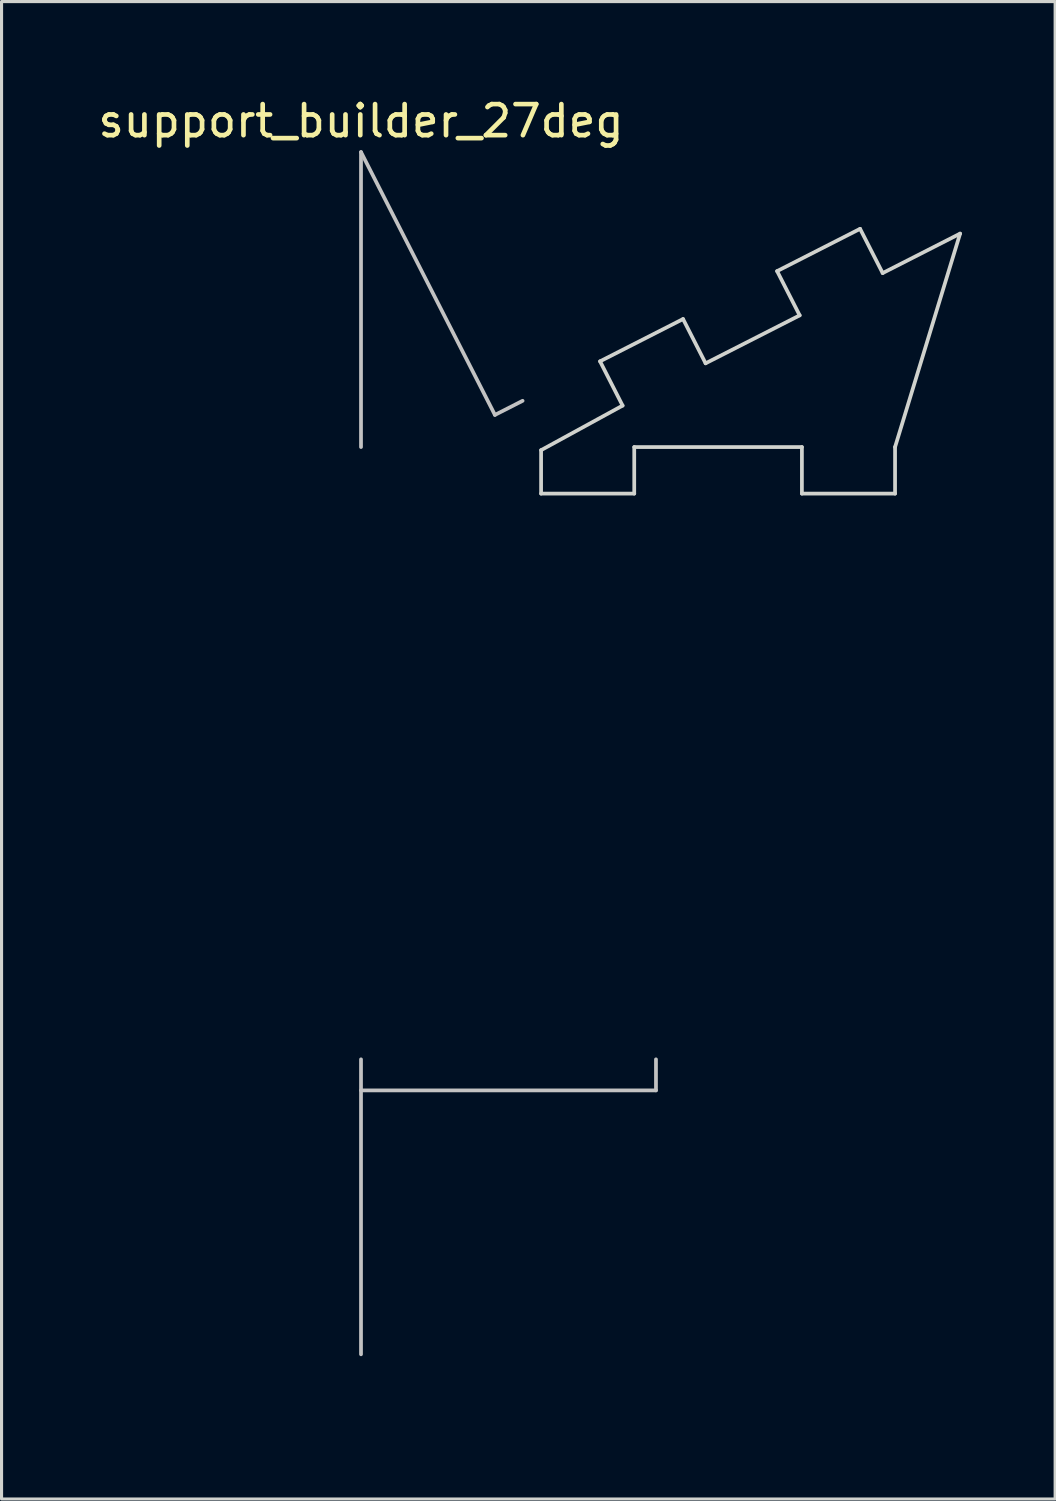
<source format=kicad_pcb>
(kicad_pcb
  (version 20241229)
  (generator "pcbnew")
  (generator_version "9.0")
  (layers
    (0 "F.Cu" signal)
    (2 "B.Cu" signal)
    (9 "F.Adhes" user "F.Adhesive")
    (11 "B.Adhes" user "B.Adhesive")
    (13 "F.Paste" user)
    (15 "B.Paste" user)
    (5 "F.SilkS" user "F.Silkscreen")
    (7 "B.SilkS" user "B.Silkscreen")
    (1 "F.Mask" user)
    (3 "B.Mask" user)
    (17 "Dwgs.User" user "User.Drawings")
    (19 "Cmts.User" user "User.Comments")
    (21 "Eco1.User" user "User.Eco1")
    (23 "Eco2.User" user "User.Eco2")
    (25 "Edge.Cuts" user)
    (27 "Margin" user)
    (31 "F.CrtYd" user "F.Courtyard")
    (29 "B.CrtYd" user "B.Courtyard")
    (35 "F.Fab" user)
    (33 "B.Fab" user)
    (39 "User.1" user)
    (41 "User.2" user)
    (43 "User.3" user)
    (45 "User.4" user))
  (footprint "support_builder_90deg"
    (layer "F.Cu")
    (at 8.577 31.068)
    (property "Reference" "support_builder_90deg" (at 0 -1 0) (layer "Eco1.User") (effects (font (size 1 1) (thickness 0.15))))
    (attr through_hole)
    (fp_line (start 5.8 9.5) (end 4.8 9.5) (stroke (width 0.12) (type solid)) (layer "B.Mask"))
    (fp_line (start 5.8 9.5) (end 5.8 11.1) (stroke (width 0.12) (type solid)) (layer "B.Mask"))
    (fp_line (start 5.8 11.1) (end 8.8 11.1) (stroke (width 0.12) (type solid)) (layer "B.Mask"))
    (fp_line (start 8.8 9.5) (end 14.2 9.5) (stroke (width 0.12) (type solid)) (layer "B.Mask"))
    (fp_line (start 8.8 11.1) (end 8.8 9.5) (stroke (width 0.12) (type solid)) (layer "B.Mask"))
    (fp_line (start 9.5 -9.2) (end 11.1 -9.2) (stroke (width 0.12) (type solid)) (layer "B.Mask"))
    (fp_line (start 9.5 -12.2) (end 9.5 -9.2) (stroke (width 0.12) (type solid)) (layer "B.Mask"))
    (fp_line (start 9.5 -5.8) (end 9.5 -2.8) (stroke (width 0.12) (type solid)) (layer "B.Mask"))
    (fp_line (start 9.5 -2.8) (end 11.1 -2.8) (stroke (width 0.12) (type solid)) (layer "B.Mask"))
    (fp_line (start 11.1 -9.2) (end 11.1 -5.8) (stroke (width 0.12) (type solid)) (layer "B.Mask"))
    (fp_line (start 11.1 0.000001) (end 4.8 9.5) (stroke (width 0.12) (type solid)) (layer "B.Mask"))
    (fp_line (start 11.1 -15) (end 11.1 -12.2) (stroke (width 0.12) (type solid)) (layer "B.Mask"))
    (fp_line (start 11.1 -12.2) (end 9.5 -12.2) (stroke (width 0.12) (type solid)) (layer "B.Mask"))
    (fp_line (start 11.1 -5.8) (end 9.5 -5.8) (stroke (width 0.12) (type solid)) (layer "B.Mask"))
    (fp_line (start 11.1 -2.8) (end 11.1 0.000001) (stroke (width 0.12) (type solid)) (layer "B.Mask"))
    (fp_line (start 14.2 9.5) (end 14.2 11.1) (stroke (width 0.12) (type solid)) (layer "B.Mask"))
    (fp_line (start 14.2 11.1) (end 17.2 11.1) (stroke (width 0.12) (type solid)) (layer "B.Mask"))
    (fp_line (start 16.5 -11.7) (end 11.1 -15) (stroke (width 0.12) (type solid)) (layer "B.Mask"))
    (fp_line (start 17.2 9.5) (end 19.2 9.5) (stroke (width 0.12) (type solid)) (layer "B.Mask"))
    (fp_line (start 17.2 11.1) (end 17.2 9.5) (stroke (width 0.12) (type solid)) (layer "B.Mask"))
    (fp_line (start 19.2 9.5) (end 16.5 -11.7) (stroke (width 0.12) (type solid)) (layer "B.Mask"))
    (fp_poly (pts (xy 11.1 -9.2) (xy 11.1 -5.8) (xy 9.5 -5.8) (xy 9.5 -9.2)) (stroke (width 0.1) (type solid)) (fill yes) (layer "B.Paste"))
    (fp_poly (pts (xy 11.1 -15) (xy 11.1 -12.2) (xy 9.5 -12.2) (xy 9.5 -15)) (stroke (width 0.1) (type solid)) (fill yes) (layer "B.Paste"))
    (fp_poly (pts (xy 11.1 -2.8) (xy 11.1 0.000001) (xy 9.5 0.000001) (xy 9.5 -2.8)) (stroke (width 0.1) (type solid)) (fill yes) (layer "B.Paste"))
    (fp_line (start 0 0) (end 0 9.5) (stroke (width 0.12) (type solid)) (layer "Dwgs.User"))
    (fp_line (start 0 1) (end 9.5 1) (stroke (width 0.12) (type solid)) (layer "Dwgs.User"))
    (fp_line (start 9.5 1) (end 9.5 0) (stroke (width 0.12) (type solid)) (layer "Dwgs.User"))
    (fp_line (start 5.8 9.5) (end 8.8 9.5) (stroke (width 0.12) (type solid)) (layer "Eco1.User"))
    (fp_line (start 8.8 11.1) (end 5.8 11.1) (stroke (width 0.12) (type solid)) (layer "Eco1.User"))
    (fp_line (start 14.2 9.5) (end 17.2 9.5) (stroke (width 0.12) (type solid)) (layer "Eco1.User"))
    (fp_line (start 17.2 11.1) (end 14.2 11.1) (stroke (width 0.12) (type solid)) (layer "Eco1.User"))
    (fp_poly (pts (xy 5.8 11.1) (xy -2 11.1) (xy -2 9.5) (xy 5.8 9.5)) (stroke (width 0.1) (type solid)) (fill no) (layer "Eco1.User"))
    (fp_poly (pts (xy 14.2 11.1) (xy 8.8 11.1) (xy 8.8 9.5) (xy 14.2 9.5)) (stroke (width 0.1) (type solid)) (fill no) (layer "Eco1.User"))
    (fp_poly (pts (xy 17.2 11.1) (xy 19.2 11.1) (xy 19.2 9.5) (xy 17.2 9.5)) (stroke (width 0.1) (type solid)) (fill no) (layer "Eco1.User"))
    (fp_line (start 9.5 -12.2) (end 9.5 -9.2) (stroke (width 0.12) (type solid)) (layer "Eco2.User"))
    (fp_line (start 9.5 -2.8) (end 9.5 -5.8) (stroke (width 0.12) (type solid)) (layer "Eco2.User"))
    (fp_line (start 11.1 -9.2) (end 11.1 -12.2) (stroke (width 0.12) (type solid)) (layer "Eco2.User"))
    (fp_line (start 11.1 -5.8) (end 11.1 -2.8) (stroke (width 0.12) (type solid)) (layer "Eco2.User")))
  (footprint "support_builder_27deg"
    (layer "F.Cu")
    (at 8.577 1.848)
    (property "Reference" "support_builder_27deg" (at 0 -1 0) (layer "F.SilkS") (effects (font (size 1 1) (thickness 0.15))))
    (attr through_hole)
    (fp_line (start 10.372 5.377) (end 7.699 6.739) (stroke (width 0.12) (type solid)) (layer "B.Paste"))
    (fp_line (start 11.098 6.803) (end 8.425 8.165) (stroke (width 0.12) (type solid)) (layer "B.Paste"))
    (fp_line (start 14.128 5.259) (end 16.801 3.897) (stroke (width 0.12) (type solid)) (layer "B.Paste"))
    (fp_line (start 16.074 2.472) (end 13.401 3.834) (stroke (width 0.12) (type solid)) (layer "B.Paste"))
    (fp_poly (pts (xy 8.425 8.165) (xy 5.93 9.436) (xy 5.204 8.011) (xy 7.699 6.739)) (stroke (width 0.1) (type solid)) (fill yes) (layer "B.Paste"))
    (fp_poly (pts (xy 14.128 5.259) (xy 11.098 6.803) (xy 10.372 5.377) (xy 13.401 3.834)) (stroke (width 0.1) (type solid)) (fill yes) (layer "B.Paste"))
    (fp_poly (pts (xy 19.295 2.626) (xy 16.801 3.897) (xy 16.074 2.472) (xy 18.569 1.201)) (stroke (width 0.1) (type solid)) (fill yes) (layer "B.Paste"))
    (fp_line (start 0 0) (end 0 9.5) (stroke (width 0.12) (type solid)) (layer "Dwgs.User"))
    (fp_line (start 0 0) (end 4.313 8.465) (stroke (width 0.12) (type solid)) (layer "Dwgs.User"))
    (fp_line (start 4.313 8.465) (end 5.204 8.011) (stroke (width 0.12) (type solid)) (layer "Dwgs.User"))
    (fp_line (start 5.8 9.5) (end 8.8 9.5) (stroke (width 0.12) (type solid)) (layer "Eco1.User"))
    (fp_line (start 8.8 11.1) (end 5.8 11.1) (stroke (width 0.12) (type solid)) (layer "Eco1.User"))
    (fp_line (start 14.2 9.5) (end 17.2 9.5) (stroke (width 0.12) (type solid)) (layer "Eco1.User"))
    (fp_line (start 17.2 11.1) (end 14.2 11.1) (stroke (width 0.12) (type solid)) (layer "Eco1.User"))
    (fp_poly (pts (xy 5.8 11.1) (xy -2 11.1) (xy -2 9.5) (xy 5.8 9.5)) (stroke (width 0.1) (type solid)) (fill no) (layer "Eco1.User"))
    (fp_poly (pts (xy 14.2 11.1) (xy 8.8 11.1) (xy 8.8 9.5) (xy 14.2 9.5)) (stroke (width 0.1) (type solid)) (fill no) (layer "Eco1.User"))
    (fp_poly (pts (xy 17.2 11.1) (xy 19.2 11.1) (xy 19.2 9.5) (xy 17.2 9.5)) (stroke (width 0.1) (type solid)) (fill no) (layer "Eco1.User"))
    (fp_line (start 5.8 9.6) (end 5.8 11) (stroke (width 0.12) (type solid)) (layer "Edge.Cuts"))
    (fp_line (start 5.8 11) (end 8.8 11) (stroke (width 0.12) (type solid)) (layer "Edge.Cuts"))
    (fp_line (start 7.699 6.739) (end 8.425 8.165) (stroke (width 0.12) (type solid)) (layer "Edge.Cuts"))
    (fp_line (start 7.699 6.739) (end 10.372 5.377) (stroke (width 0.12) (type solid)) (layer "Edge.Cuts"))
    (fp_line (start 8.425 8.165) (end 5.8 9.6) (stroke (width 0.12) (type solid)) (layer "Edge.Cuts"))
    (fp_line (start 8.8 9.5) (end 14.2 9.5) (stroke (width 0.12) (type solid)) (layer "Edge.Cuts"))
    (fp_line (start 8.8 11) (end 8.8 9.5) (stroke (width 0.12) (type solid)) (layer "Edge.Cuts"))
    (fp_line (start 11.098 6.803) (end 10.372 5.377) (stroke (width 0.12) (type solid)) (layer "Edge.Cuts"))
    (fp_line (start 13.401 3.834) (end 14.128 5.259) (stroke (width 0.12) (type solid)) (layer "Edge.Cuts"))
    (fp_line (start 14.128 5.259) (end 11.098 6.803) (stroke (width 0.12) (type solid)) (layer "Edge.Cuts"))
    (fp_line (start 14.2 9.5) (end 14.2 11) (stroke (width 0.12) (type solid)) (layer "Edge.Cuts"))
    (fp_line (start 14.2 11) (end 17.2 11) (stroke (width 0.12) (type solid)) (layer "Edge.Cuts"))
    (fp_line (start 16.074 2.472) (end 13.401 3.834) (stroke (width 0.12) (type solid)) (layer "Edge.Cuts"))
    (fp_line (start 16.801 3.897) (end 16.074 2.472) (stroke (width 0.12) (type solid)) (layer "Edge.Cuts"))
    (fp_line (start 16.801 3.897) (end 19.295 2.626) (stroke (width 0.12) (type solid)) (layer "Edge.Cuts"))
    (fp_line (start 17.2 9.5) (end 19.295 2.626) (stroke (width 0.12) (type solid)) (layer "Edge.Cuts"))
    (fp_line (start 17.2 11) (end 17.2 9.5) (stroke (width 0.12) (type solid)) (layer "Edge.Cuts")))
  (gr_rect
    (start -3 -3)
    (end 30.933 45.228)
    (stroke (width 0.1) (type default))
    (fill no)
    (layer "Edge.Cuts")))
</source>
